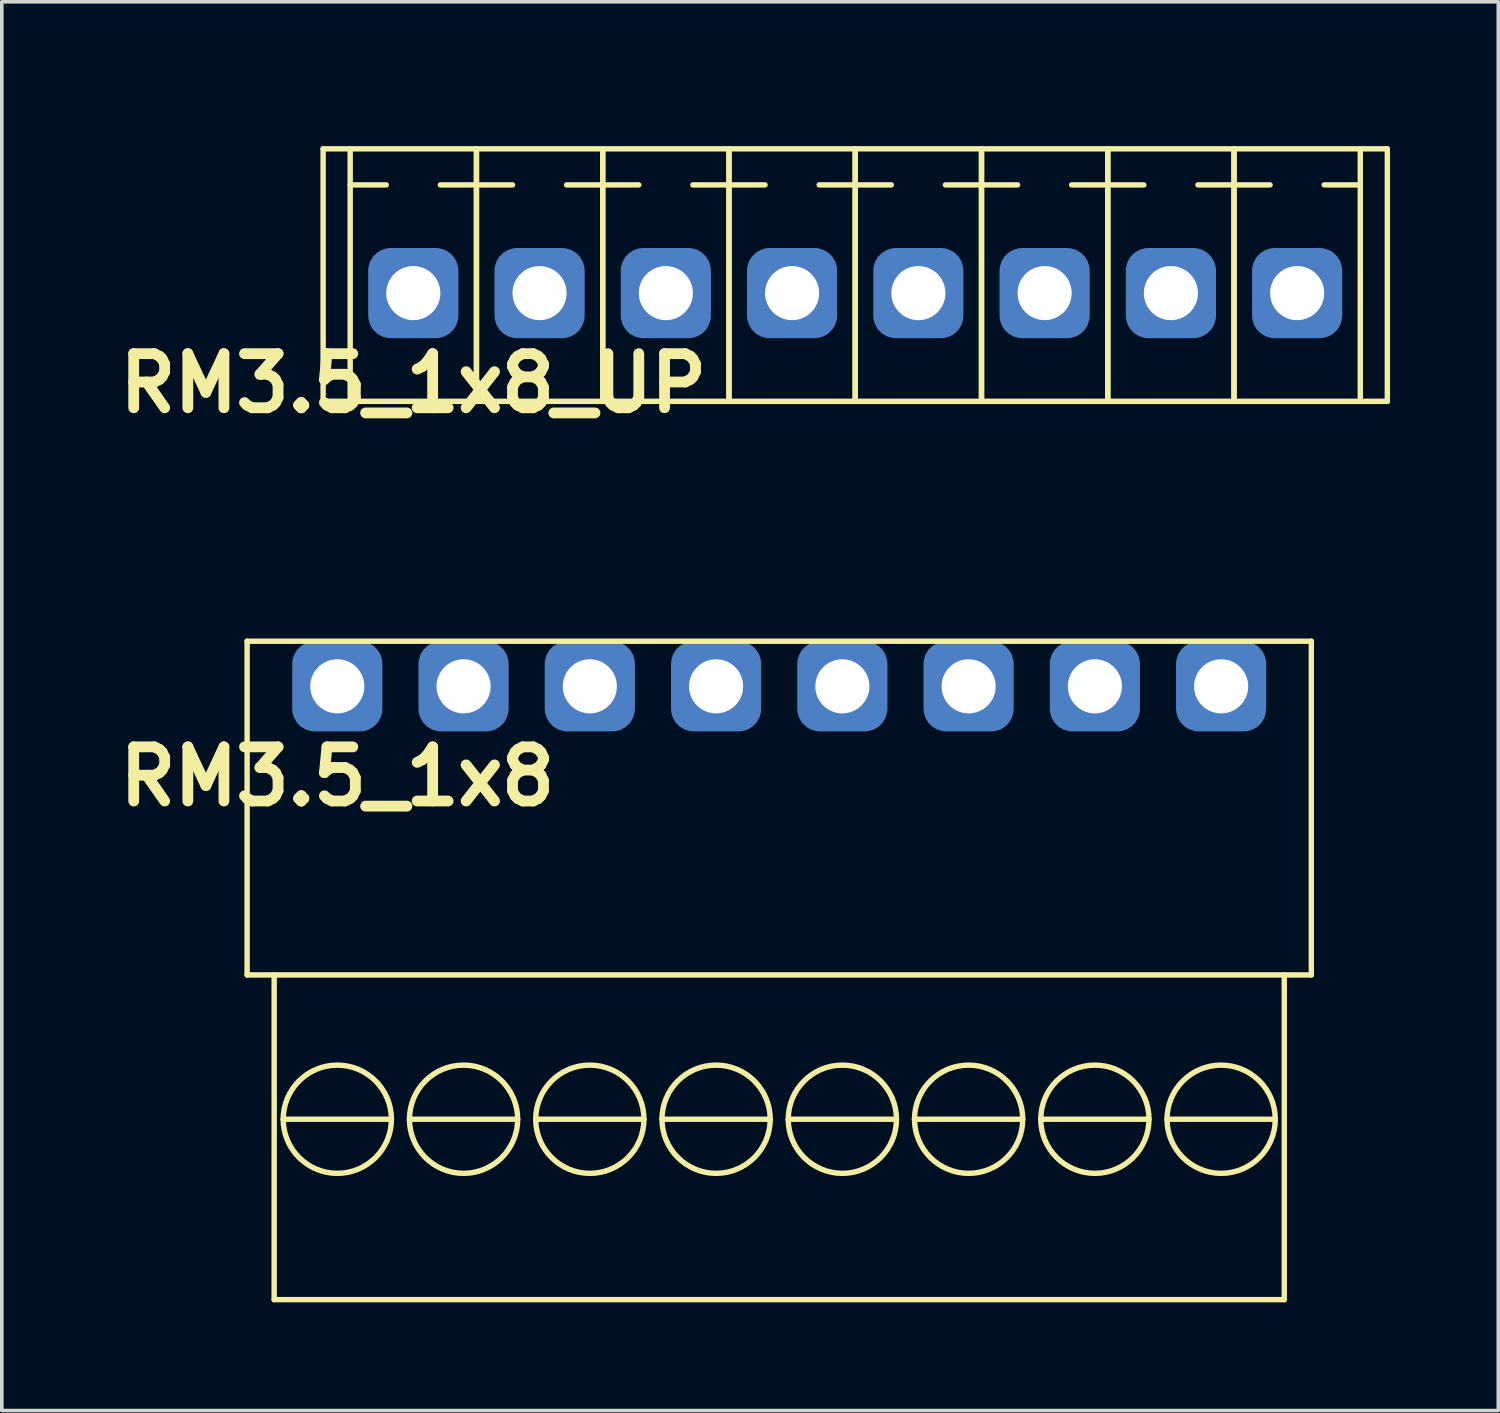
<source format=kicad_pcb>
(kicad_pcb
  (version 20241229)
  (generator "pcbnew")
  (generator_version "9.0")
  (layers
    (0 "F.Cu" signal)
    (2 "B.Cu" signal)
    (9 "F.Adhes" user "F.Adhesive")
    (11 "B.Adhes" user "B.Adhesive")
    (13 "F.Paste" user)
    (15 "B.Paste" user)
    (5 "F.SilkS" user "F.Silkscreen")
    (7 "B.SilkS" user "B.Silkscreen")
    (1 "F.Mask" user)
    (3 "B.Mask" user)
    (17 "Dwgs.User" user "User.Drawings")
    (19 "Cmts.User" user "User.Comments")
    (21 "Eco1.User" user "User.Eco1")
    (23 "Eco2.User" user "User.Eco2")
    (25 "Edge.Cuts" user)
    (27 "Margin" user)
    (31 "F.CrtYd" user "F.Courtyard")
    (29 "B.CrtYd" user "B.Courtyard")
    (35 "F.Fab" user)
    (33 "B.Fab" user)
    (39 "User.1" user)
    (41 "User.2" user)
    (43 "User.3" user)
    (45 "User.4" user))
  (footprint "RM3.5_1x8"
    (layer "F.Cu")
    (at 6.3 15.975)
    (property "Reference" "RM3.5_1x8" (at 0 2.5 0) (layer "F.SilkS") (effects (font (size 1.5 1.5) (thickness 0.3))))
    (attr through_hole)
    (fp_line (start -2.5 -1.25) (end -2.5 8) (stroke (width 0.15) (type solid)) (layer "F.SilkS"))
    (fp_line (start -2.5 8) (end 27 8) (stroke (width 0.15) (type solid)) (layer "F.SilkS"))
    (fp_line (start -1.75 17) (end -1.75 8) (stroke (width 0.15) (type solid)) (layer "F.SilkS"))
    (fp_line (start -1.75 17) (end 26.25 17) (stroke (width 0.15) (type solid)) (layer "F.SilkS"))
    (fp_line (start -1.5 12) (end 1.5 12) (stroke (width 0.15) (type solid)) (layer "F.SilkS"))
    (fp_line (start 2 12) (end 5 12) (stroke (width 0.15) (type solid)) (layer "F.SilkS"))
    (fp_line (start 5.5 12) (end 8.5 12) (stroke (width 0.15) (type solid)) (layer "F.SilkS"))
    (fp_line (start 9 12) (end 12 12) (stroke (width 0.15) (type solid)) (layer "F.SilkS"))
    (fp_line (start 12.5 12) (end 15.5 12) (stroke (width 0.15) (type solid)) (layer "F.SilkS"))
    (fp_line (start 16 12) (end 19 12) (stroke (width 0.15) (type solid)) (layer "F.SilkS"))
    (fp_line (start 19.5 12) (end 22.5 12) (stroke (width 0.15) (type solid)) (layer "F.SilkS"))
    (fp_line (start 23 12) (end 26 12) (stroke (width 0.15) (type solid)) (layer "F.SilkS"))
    (fp_line (start 26.25 17) (end 26.25 8) (stroke (width 0.15) (type solid)) (layer "F.SilkS"))
    (fp_line (start 27 -1.25) (end -2.5 -1.25) (stroke (width 0.15) (type solid)) (layer "F.SilkS"))
    (fp_line (start 27 8) (end 27 -1.25) (stroke (width 0.15) (type solid)) (layer "F.SilkS"))
    (fp_circle (center 0 12) (end 0 10.5) (stroke (width 0.15) (type solid)) (fill no) (layer "F.SilkS"))
    (fp_circle (center 3.5 12) (end 3.5 10.5) (stroke (width 0.15) (type solid)) (fill no) (layer "F.SilkS"))
    (fp_circle (center 7 12) (end 7 10.5) (stroke (width 0.15) (type solid)) (fill no) (layer "F.SilkS"))
    (fp_circle (center 10.5 12) (end 10.5 10.5) (stroke (width 0.15) (type solid)) (fill no) (layer "F.SilkS"))
    (fp_circle (center 14 12) (end 14 10.5) (stroke (width 0.15) (type solid)) (fill no) (layer "F.SilkS"))
    (fp_circle (center 17.5 12) (end 17.5 10.5) (stroke (width 0.15) (type solid)) (fill no) (layer "F.SilkS"))
    (fp_circle (center 21 12) (end 21 10.5) (stroke (width 0.15) (type solid)) (fill no) (layer "F.SilkS"))
    (fp_circle (center 24.5 12) (end 24.5 10.5) (stroke (width 0.15) (type solid)) (fill no) (layer "F.SilkS"))
    (pad "1" thru_hole circle (at 0 0) (size 1.8 1.8) (drill 1.5) (layers "*.Cu" "*.Mask"))
    (pad "1" smd roundrect (at 0 0) (size 2.5 2.5) (layers "B.Cu" "B.Mask") (roundrect_rratio 0.25))
    (pad "2" thru_hole circle (at 3.5 0) (size 1.8 1.8) (drill 1.5) (layers "*.Cu" "*.Mask"))
    (pad "2" smd roundrect (at 3.5 0) (size 2.5 2.5) (layers "B.Cu" "B.Mask") (roundrect_rratio 0.25))
    (pad "3" thru_hole circle (at 7 0) (size 1.8 1.8) (drill 1.5) (layers "*.Cu" "*.Mask"))
    (pad "3" smd roundrect (at 7 0) (size 2.5 2.5) (layers "B.Cu" "B.Mask") (roundrect_rratio 0.25))
    (pad "4" thru_hole circle (at 10.5 0) (size 1.8 1.8) (drill 1.5) (layers "*.Cu" "*.Mask"))
    (pad "4" smd roundrect (at 10.5 0) (size 2.5 2.5) (layers "B.Cu" "B.Mask") (roundrect_rratio 0.25))
    (pad "5" thru_hole circle (at 14 0) (size 1.8 1.8) (drill 1.5) (layers "*.Cu" "*.Mask"))
    (pad "5" smd roundrect (at 14 0) (size 2.5 2.5) (layers "B.Cu" "B.Mask") (roundrect_rratio 0.25))
    (pad "6" thru_hole circle (at 17.5 0) (size 1.8 1.8) (drill 1.5) (layers "*.Cu" "*.Mask"))
    (pad "6" smd roundrect (at 17.5 0) (size 2.5 2.5) (layers "B.Cu" "B.Mask") (roundrect_rratio 0.25))
    (pad "7" thru_hole circle (at 21 0) (size 1.8 1.8) (drill 1.5) (layers "*.Cu" "*.Mask"))
    (pad "7" smd roundrect (at 21 0) (size 2.5 2.5) (layers "B.Cu" "B.Mask") (roundrect_rratio 0.25))
    (pad "8" thru_hole circle (at 24.5 0) (size 1.8 1.8) (drill 1.5) (layers "*.Cu" "*.Mask"))
    (pad "8" smd roundrect (at 24.5 0) (size 2.5 2.5) (layers "B.Cu" "B.Mask") (roundrect_rratio 0.25)))
  (footprint "RM3.5_1x8_UP"
    (layer "F.Cu")
    (at 8.407 5.075)
    (property "Reference" "RM3.5_1x8_UP" (at 0 2.5 0) (layer "F.SilkS") (effects (font (size 1.5 1.5) (thickness 0.3))))
    (attr through_hole)
    (fp_line (start -2.5 -4) (end -2.5 3) (stroke (width 0.15) (type solid)) (layer "F.SilkS"))
    (fp_line (start -2.5 3) (end 27 3) (stroke (width 0.15) (type solid)) (layer "F.SilkS"))
    (fp_line (start -1.75 -3) (end -0.75 -3) (stroke (width 0.15) (type solid)) (layer "F.SilkS"))
    (fp_line (start -1.75 3) (end -1.75 -4) (stroke (width 0.15) (type solid)) (layer "F.SilkS"))
    (fp_line (start 1.75 -3) (end 0.75 -3) (stroke (width 0.15) (type solid)) (layer "F.SilkS"))
    (fp_line (start 1.75 -3) (end 2.75 -3) (stroke (width 0.15) (type solid)) (layer "F.SilkS"))
    (fp_line (start 1.75 3) (end 1.75 -4) (stroke (width 0.15) (type solid)) (layer "F.SilkS"))
    (fp_line (start 1.75 3) (end 1.75 -4) (stroke (width 0.15) (type solid)) (layer "F.SilkS"))
    (fp_line (start 5.25 -3) (end 4.25 -3) (stroke (width 0.15) (type solid)) (layer "F.SilkS"))
    (fp_line (start 5.25 -3) (end 6.25 -3) (stroke (width 0.15) (type solid)) (layer "F.SilkS"))
    (fp_line (start 5.25 3) (end 5.25 -4) (stroke (width 0.15) (type solid)) (layer "F.SilkS"))
    (fp_line (start 5.25 3) (end 5.25 -4) (stroke (width 0.15) (type solid)) (layer "F.SilkS"))
    (fp_line (start 8.75 -3) (end 7.75 -3) (stroke (width 0.15) (type solid)) (layer "F.SilkS"))
    (fp_line (start 8.75 -3) (end 9.75 -3) (stroke (width 0.15) (type solid)) (layer "F.SilkS"))
    (fp_line (start 8.75 3) (end 8.75 -4) (stroke (width 0.15) (type solid)) (layer "F.SilkS"))
    (fp_line (start 8.75 3) (end 8.75 -4) (stroke (width 0.15) (type solid)) (layer "F.SilkS"))
    (fp_line (start 12.25 -3) (end 11.25 -3) (stroke (width 0.15) (type solid)) (layer "F.SilkS"))
    (fp_line (start 12.25 -3) (end 13.25 -3) (stroke (width 0.15) (type solid)) (layer "F.SilkS"))
    (fp_line (start 12.25 3) (end 12.25 -4) (stroke (width 0.15) (type solid)) (layer "F.SilkS"))
    (fp_line (start 12.25 3) (end 12.25 -4) (stroke (width 0.15) (type solid)) (layer "F.SilkS"))
    (fp_line (start 15.75 -3) (end 14.75 -3) (stroke (width 0.15) (type solid)) (layer "F.SilkS"))
    (fp_line (start 15.75 -3) (end 16.75 -3) (stroke (width 0.15) (type solid)) (layer "F.SilkS"))
    (fp_line (start 15.75 3) (end 15.75 -4) (stroke (width 0.15) (type solid)) (layer "F.SilkS"))
    (fp_line (start 15.75 3) (end 15.75 -4) (stroke (width 0.15) (type solid)) (layer "F.SilkS"))
    (fp_line (start 19.25 -3) (end 18.25 -3) (stroke (width 0.15) (type solid)) (layer "F.SilkS"))
    (fp_line (start 19.25 -3) (end 20.25 -3) (stroke (width 0.15) (type solid)) (layer "F.SilkS"))
    (fp_line (start 19.25 3) (end 19.25 -4) (stroke (width 0.15) (type solid)) (layer "F.SilkS"))
    (fp_line (start 19.25 3) (end 19.25 -4) (stroke (width 0.15) (type solid)) (layer "F.SilkS"))
    (fp_line (start 22.75 -3) (end 21.75 -3) (stroke (width 0.15) (type solid)) (layer "F.SilkS"))
    (fp_line (start 22.75 -3) (end 23.75 -3) (stroke (width 0.15) (type solid)) (layer "F.SilkS"))
    (fp_line (start 22.75 3) (end 22.75 -4) (stroke (width 0.15) (type solid)) (layer "F.SilkS"))
    (fp_line (start 22.75 3) (end 22.75 -4) (stroke (width 0.15) (type solid)) (layer "F.SilkS"))
    (fp_line (start 26.25 -3) (end 25.25 -3) (stroke (width 0.15) (type solid)) (layer "F.SilkS"))
    (fp_line (start 26.25 3) (end 26.25 -4) (stroke (width 0.15) (type solid)) (layer "F.SilkS"))
    (fp_line (start 27 -4) (end -2.5 -4) (stroke (width 0.15) (type solid)) (layer "F.SilkS"))
    (fp_line (start 27 3) (end 27 -4) (stroke (width 0.15) (type solid)) (layer "F.SilkS"))
    (fp_line (start -1.75 -5) (end -1.75 6.5) (stroke (width 0.15) (type solid)) (layer "Margin"))
    (fp_line (start -1.75 6.5) (end 26.25 6.5) (stroke (width 0.15) (type solid)) (layer "Margin"))
    (fp_line (start -1 1.5) (end -1 4) (stroke (width 0.15) (type solid)) (layer "Margin"))
    (fp_line (start -1 4) (end 1 4) (stroke (width 0.15) (type solid)) (layer "Margin"))
    (fp_line (start 1 1.5) (end -1 1.5) (stroke (width 0.15) (type solid)) (layer "Margin"))
    (fp_line (start 1 4) (end 1 1.5) (stroke (width 0.15) (type solid)) (layer "Margin"))
    (fp_line (start 2.5 1.5) (end 2.5 4) (stroke (width 0.15) (type solid)) (layer "Margin"))
    (fp_line (start 2.5 4) (end 4.5 4) (stroke (width 0.15) (type solid)) (layer "Margin"))
    (fp_line (start 4.5 1.5) (end 2.5 1.5) (stroke (width 0.15) (type solid)) (layer "Margin"))
    (fp_line (start 4.5 4) (end 4.5 1.5) (stroke (width 0.15) (type solid)) (layer "Margin"))
    (fp_line (start 6 1.5) (end 6 4) (stroke (width 0.15) (type solid)) (layer "Margin"))
    (fp_line (start 6 4) (end 8 4) (stroke (width 0.15) (type solid)) (layer "Margin"))
    (fp_line (start 8 1.5) (end 6 1.5) (stroke (width 0.15) (type solid)) (layer "Margin"))
    (fp_line (start 8 4) (end 8 1.5) (stroke (width 0.15) (type solid)) (layer "Margin"))
    (fp_line (start 9.5 1.5) (end 9.5 4) (stroke (width 0.15) (type solid)) (layer "Margin"))
    (fp_line (start 9.5 4) (end 11.5 4) (stroke (width 0.15) (type solid)) (layer "Margin"))
    (fp_line (start 11.5 1.5) (end 9.5 1.5) (stroke (width 0.15) (type solid)) (layer "Margin"))
    (fp_line (start 11.5 4) (end 11.5 1.5) (stroke (width 0.15) (type solid)) (layer "Margin"))
    (fp_line (start 13 1.5) (end 13 4) (stroke (width 0.15) (type solid)) (layer "Margin"))
    (fp_line (start 13 4) (end 15 4) (stroke (width 0.15) (type solid)) (layer "Margin"))
    (fp_line (start 15 1.5) (end 13 1.5) (stroke (width 0.15) (type solid)) (layer "Margin"))
    (fp_line (start 15 4) (end 15 1.5) (stroke (width 0.15) (type solid)) (layer "Margin"))
    (fp_line (start 16.5 1.5) (end 16.5 4) (stroke (width 0.15) (type solid)) (layer "Margin"))
    (fp_line (start 16.5 4) (end 18.5 4) (stroke (width 0.15) (type solid)) (layer "Margin"))
    (fp_line (start 18.5 1.5) (end 16.5 1.5) (stroke (width 0.15) (type solid)) (layer "Margin"))
    (fp_line (start 18.5 4) (end 18.5 1.5) (stroke (width 0.15) (type solid)) (layer "Margin"))
    (fp_line (start 20 1.5) (end 20 4) (stroke (width 0.15) (type solid)) (layer "Margin"))
    (fp_line (start 20 4) (end 22 4) (stroke (width 0.15) (type solid)) (layer "Margin"))
    (fp_line (start 22 1.5) (end 20 1.5) (stroke (width 0.15) (type solid)) (layer "Margin"))
    (fp_line (start 22 4) (end 22 1.5) (stroke (width 0.15) (type solid)) (layer "Margin"))
    (fp_line (start 23.5 1.5) (end 23.5 4) (stroke (width 0.15) (type solid)) (layer "Margin"))
    (fp_line (start 23.5 4) (end 25.5 4) (stroke (width 0.15) (type solid)) (layer "Margin"))
    (fp_line (start 25.5 1.5) (end 23.5 1.5) (stroke (width 0.15) (type solid)) (layer "Margin"))
    (fp_line (start 25.5 4) (end 25.5 1.5) (stroke (width 0.15) (type solid)) (layer "Margin"))
    (fp_line (start 26.25 -5) (end -1.75 -5) (stroke (width 0.15) (type solid)) (layer "Margin"))
    (fp_line (start 26.25 6.5) (end 26.25 -5) (stroke (width 0.15) (type solid)) (layer "Margin"))
    (pad "1" thru_hole circle (at 0 0) (size 1.8 1.8) (drill 1.5) (layers "*.Cu" "*.Mask"))
    (pad "1" smd roundrect (at 0 0) (size 2.5 2.5) (layers "B.Cu" "B.Mask") (roundrect_rratio 0.25))
    (pad "2" thru_hole circle (at 3.5 0) (size 1.8 1.8) (drill 1.5) (layers "*.Cu" "*.Mask"))
    (pad "2" smd roundrect (at 3.5 0) (size 2.5 2.5) (layers "B.Cu" "B.Mask") (roundrect_rratio 0.25))
    (pad "3" thru_hole circle (at 7 0) (size 1.8 1.8) (drill 1.5) (layers "*.Cu" "*.Mask"))
    (pad "3" smd roundrect (at 7 0) (size 2.5 2.5) (layers "B.Cu" "B.Mask") (roundrect_rratio 0.25))
    (pad "4" thru_hole circle (at 10.5 0) (size 1.8 1.8) (drill 1.5) (layers "*.Cu" "*.Mask"))
    (pad "4" smd roundrect (at 10.5 0) (size 2.5 2.5) (layers "B.Cu" "B.Mask") (roundrect_rratio 0.25))
    (pad "5" thru_hole circle (at 14 0) (size 1.8 1.8) (drill 1.5) (layers "*.Cu" "*.Mask"))
    (pad "5" smd roundrect (at 14 0) (size 2.5 2.5) (layers "B.Cu" "B.Mask") (roundrect_rratio 0.25))
    (pad "6" thru_hole circle (at 17.5 0) (size 1.8 1.8) (drill 1.5) (layers "*.Cu" "*.Mask"))
    (pad "6" smd roundrect (at 17.5 0) (size 2.5 2.5) (layers "B.Cu" "B.Mask") (roundrect_rratio 0.25))
    (pad "7" thru_hole circle (at 21 0) (size 1.8 1.8) (drill 1.5) (layers "*.Cu" "*.Mask"))
    (pad "7" smd roundrect (at 21 0) (size 2.5 2.5) (layers "B.Cu" "B.Mask") (roundrect_rratio 0.25))
    (pad "8" thru_hole circle (at 24.5 0) (size 1.8 1.8) (drill 1.5) (layers "*.Cu" "*.Mask"))
    (pad "8" smd roundrect (at 24.5 0) (size 2.5 2.5) (layers "B.Cu" "B.Mask") (roundrect_rratio 0.25)))
  (gr_rect
    (start -3 -3)
    (end 38.482 36.05)
    (stroke (width 0.1) (type default))
    (fill no)
    (layer "Edge.Cuts")))
</source>
